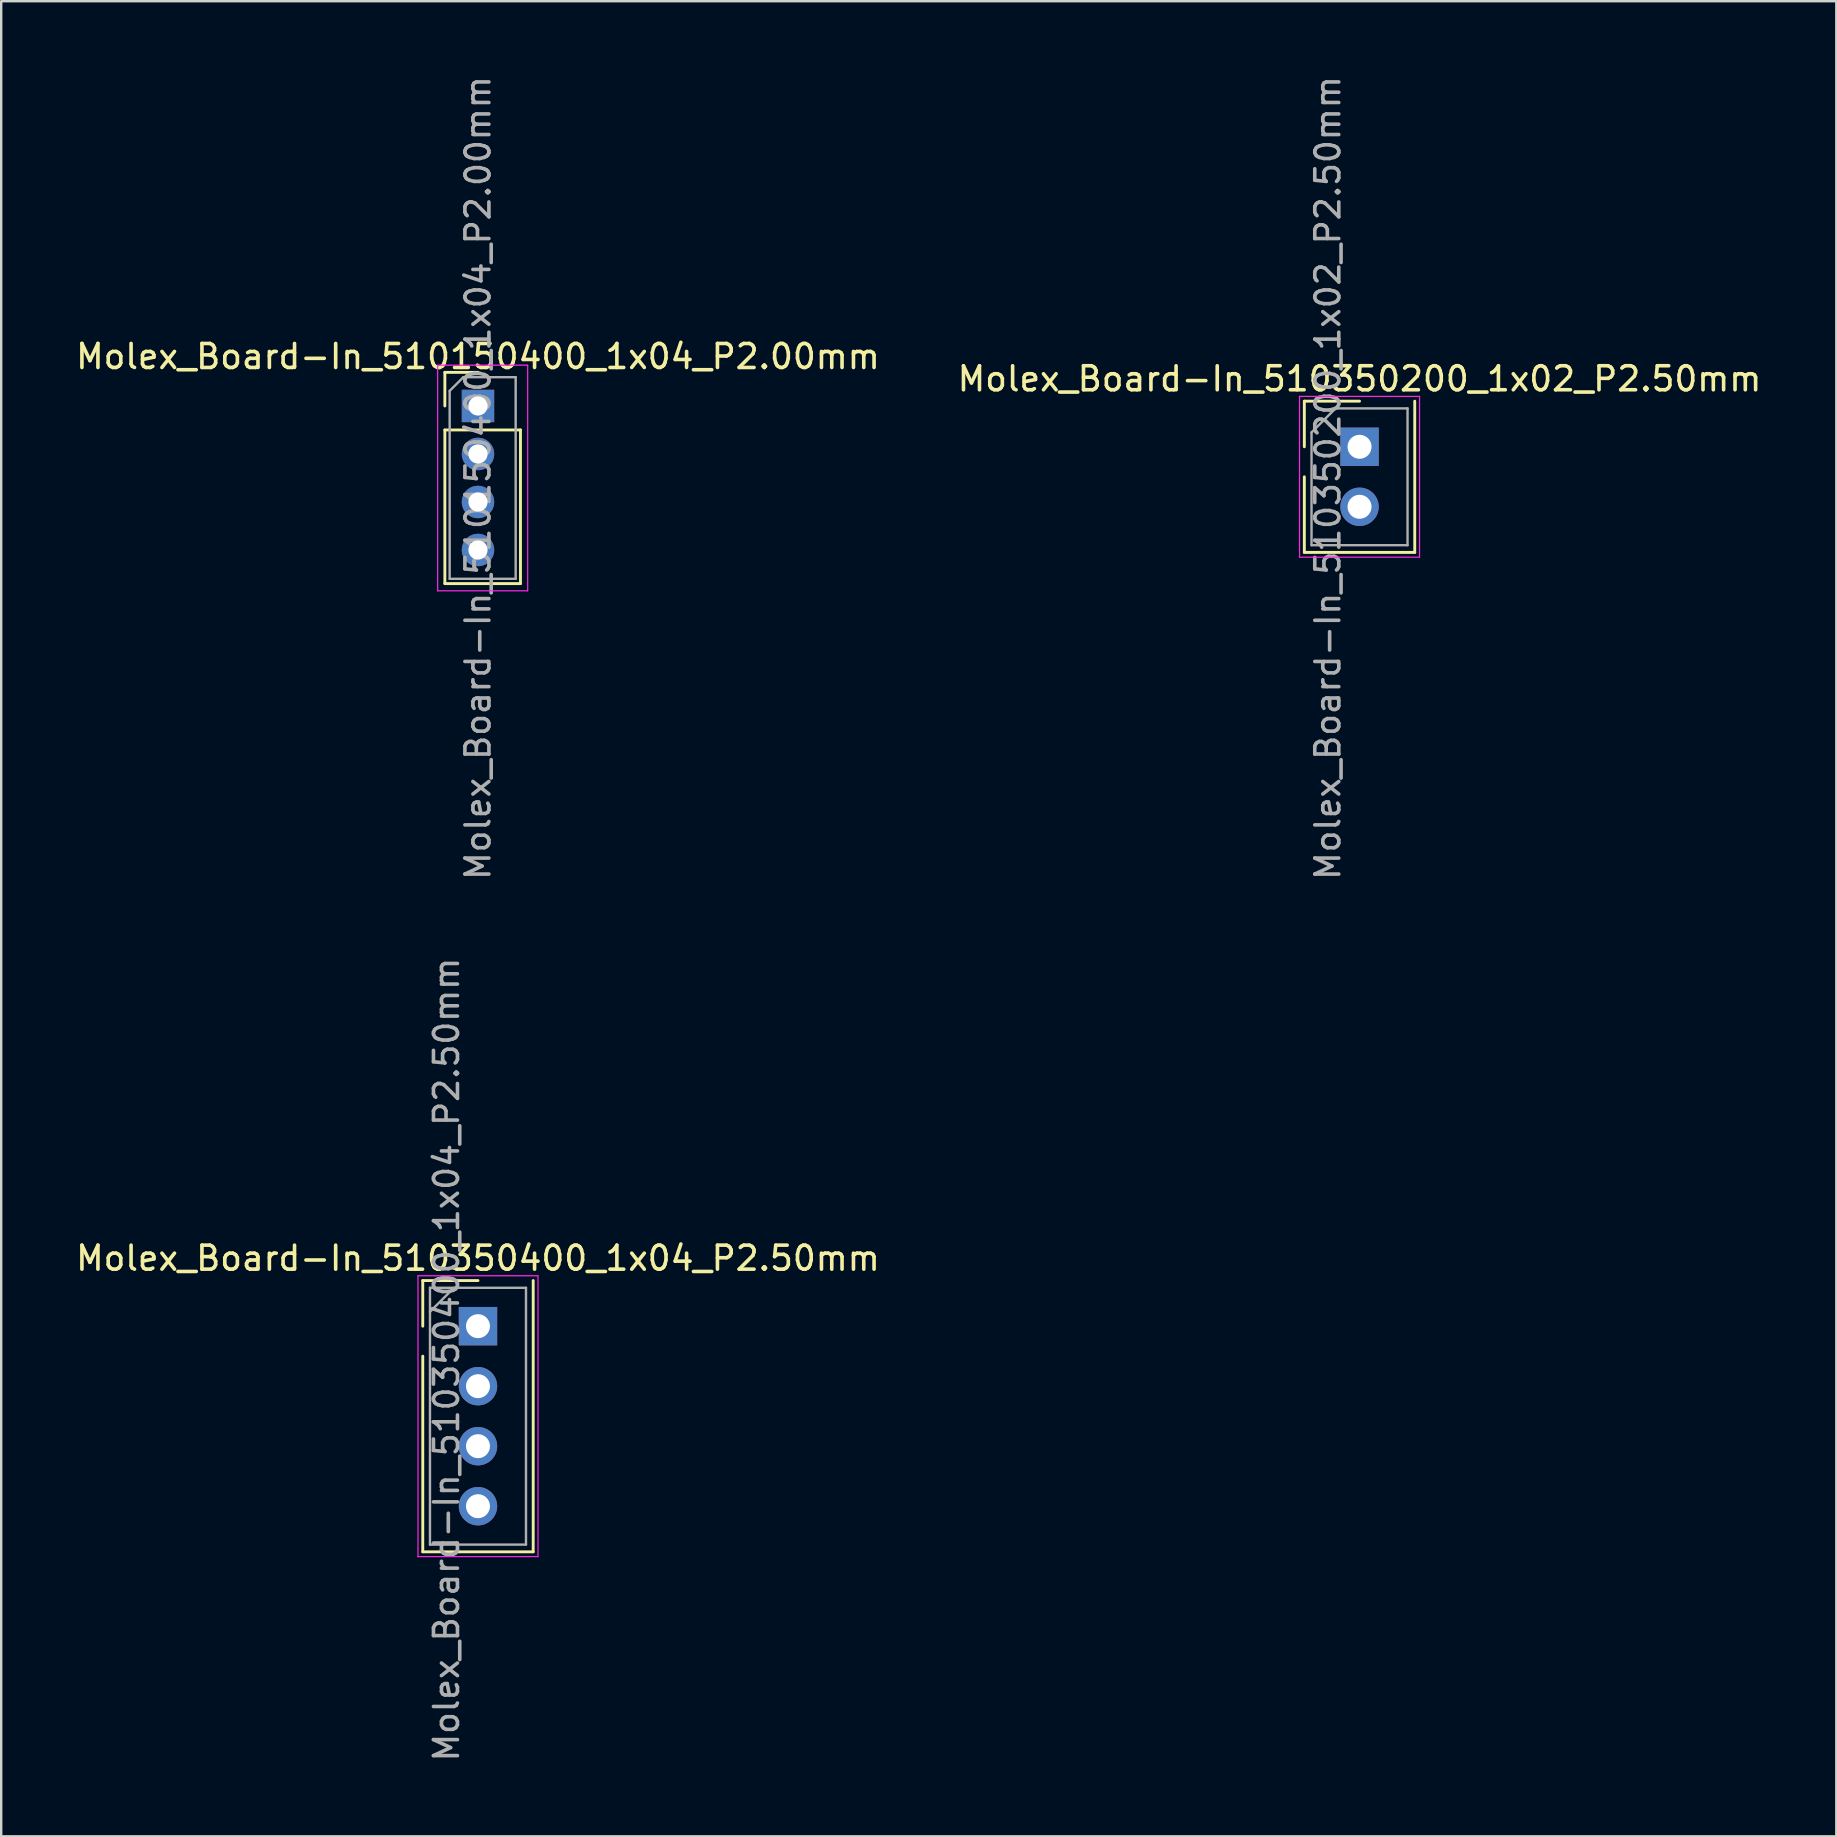
<source format=kicad_pcb>
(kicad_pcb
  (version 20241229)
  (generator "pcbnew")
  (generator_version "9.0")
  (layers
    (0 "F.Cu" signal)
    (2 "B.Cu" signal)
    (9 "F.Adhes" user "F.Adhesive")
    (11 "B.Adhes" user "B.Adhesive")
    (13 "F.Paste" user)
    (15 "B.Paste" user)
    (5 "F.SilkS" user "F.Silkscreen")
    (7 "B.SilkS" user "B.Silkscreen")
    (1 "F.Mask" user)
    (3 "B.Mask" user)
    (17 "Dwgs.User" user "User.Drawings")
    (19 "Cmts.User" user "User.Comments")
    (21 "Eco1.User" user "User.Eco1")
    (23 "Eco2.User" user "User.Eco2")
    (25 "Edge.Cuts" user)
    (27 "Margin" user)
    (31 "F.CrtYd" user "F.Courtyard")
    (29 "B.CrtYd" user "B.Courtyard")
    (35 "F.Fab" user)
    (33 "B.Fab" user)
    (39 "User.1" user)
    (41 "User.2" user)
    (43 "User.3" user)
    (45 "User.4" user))
  (footprint "Molex_Board-In_510350200_1x02_P2.50mm"
    (layer "F.Cu")
    (at 53.589 15.563)
    (property "Reference" "Molex_Board-In_510350200_1x02_P2.50mm" (at 0 -2.83 0) (layer "F.SilkS") (effects (font (size 1 1) (thickness 0.15))))
    (attr through_hole)
    (fp_line (start -2.3 -1.9) (end 0 -1.9) (stroke (width 0.12) (type solid)) (layer "F.SilkS"))
    (fp_line (start -2.3 0) (end -2.3 -1.9) (stroke (width 0.12) (type solid)) (layer "F.SilkS"))
    (fp_line (start -2.3 1.25) (end -2.3 4.4) (stroke (width 0.12) (type solid)) (layer "F.SilkS"))
    (fp_line (start -2.3 4.4) (end 2.3 4.4) (stroke (width 0.12) (type solid)) (layer "F.SilkS"))
    (fp_line (start 2.3 -1.9) (end 2.3 4.4) (stroke (width 0.12) (type solid)) (layer "F.SilkS"))
    (fp_line (start -2.5 -2.1) (end -2.5 4.6) (stroke (width 0.05) (type solid)) (layer "F.CrtYd"))
    (fp_line (start -2.5 4.6) (end 2.5 4.6) (stroke (width 0.05) (type solid)) (layer "F.CrtYd"))
    (fp_line (start 2.5 -2.1) (end -2.5 -2.1) (stroke (width 0.05) (type solid)) (layer "F.CrtYd"))
    (fp_line (start 2.5 4.6) (end 2.5 -2.1) (stroke (width 0.05) (type solid)) (layer "F.CrtYd"))
    (fp_line (start -2 -0.6) (end -1 -1.6) (stroke (width 0.1) (type solid)) (layer "F.Fab"))
    (fp_line (start -2 4.1) (end -2 -0.6) (stroke (width 0.1) (type solid)) (layer "F.Fab"))
    (fp_line (start -1 -1.6) (end 2 -1.6) (stroke (width 0.1) (type solid)) (layer "F.Fab"))
    (fp_line (start 2 -1.6) (end 2 4.1) (stroke (width 0.1) (type solid)) (layer "F.Fab"))
    (fp_line (start 2 4.1) (end -2 4.1) (stroke (width 0.1) (type solid)) (layer "F.Fab"))
    (fp_text user "${REFERENCE}" (at -1.32 1.3 90) (layer "F.Fab") (effects (font (size 1 1) (thickness 0.15))))
    (pad "1" thru_hole rect (at 0 0) (size 1.6 1.6) (drill 1) (layers "*.Cu" "*.Mask"))
    (pad "2" thru_hole oval (at 0 2.5) (size 1.6 1.6) (drill 1) (layers "*.Cu" "*.Mask")))
  (footprint "Molex_Board-In_510150400_1x04_P2.00mm"
    (layer "F.Cu")
    (at 16.863 13.863)
    (property "Reference" "Molex_Board-In_510150400_1x04_P2.00mm" (at 0 -2.06 0) (layer "F.SilkS") (effects (font (size 1 1) (thickness 0.15))))
    (attr through_hole)
    (fp_line (start -1.38 -1.4) (end 0 -1.4) (stroke (width 0.12) (type solid)) (layer "F.SilkS"))
    (fp_line (start -1.38 0) (end -1.38 -1.4) (stroke (width 0.12) (type solid)) (layer "F.SilkS"))
    (fp_line (start -1.38 1) (end -1.38 7.4) (stroke (width 0.12) (type solid)) (layer "F.SilkS"))
    (fp_line (start -1.38 1) (end 1.77 1) (stroke (width 0.12) (type solid)) (layer "F.SilkS"))
    (fp_line (start -1.38 7.4) (end 1.77 7.4) (stroke (width 0.12) (type solid)) (layer "F.SilkS"))
    (fp_line (start 1.77 1) (end 1.77 7.4) (stroke (width 0.12) (type solid)) (layer "F.SilkS"))
    (fp_line (start -1.68 -1.7) (end -1.68 7.7) (stroke (width 0.05) (type solid)) (layer "F.CrtYd"))
    (fp_line (start -1.68 7.7) (end 2.07 7.7) (stroke (width 0.05) (type solid)) (layer "F.CrtYd"))
    (fp_line (start 2.07 -1.7) (end -1.68 -1.7) (stroke (width 0.05) (type solid)) (layer "F.CrtYd"))
    (fp_line (start 2.07 7.7) (end 2.07 -1.7) (stroke (width 0.05) (type solid)) (layer "F.CrtYd"))
    (fp_line (start -1.18 -0.63) (end -0.61 -1.2) (stroke (width 0.1) (type solid)) (layer "F.Fab"))
    (fp_line (start -1.18 7.2) (end -1.18 -0.63) (stroke (width 0.1) (type solid)) (layer "F.Fab"))
    (fp_line (start -0.61 -1.2) (end 1.57 -1.2) (stroke (width 0.1) (type solid)) (layer "F.Fab"))
    (fp_line (start 1.57 -1.2) (end 1.57 7.2) (stroke (width 0.1) (type solid)) (layer "F.Fab"))
    (fp_line (start 1.57 7.2) (end -1.18 7.2) (stroke (width 0.1) (type solid)) (layer "F.Fab"))
    (fp_text user "${REFERENCE}" (at 0 3 90) (layer "F.Fab") (effects (font (size 1 1) (thickness 0.15))))
    (pad "1" thru_hole rect (at 0 0) (size 1.35 1.35) (drill 0.8) (layers "*.Cu" "*.Mask"))
    (pad "2" thru_hole oval (at 0 2) (size 1.35 1.35) (drill 0.8) (layers "*.Cu" "*.Mask"))
    (pad "3" thru_hole oval (at 0 4) (size 1.35 1.35) (drill 0.8) (layers "*.Cu" "*.Mask"))
    (pad "4" thru_hole oval (at 0 6) (size 1.35 1.35) (drill 0.8) (layers "*.Cu" "*.Mask")))
  (footprint "Molex_Board-In_510350400_1x04_P2.50mm"
    (layer "F.Cu")
    (at 16.863 52.199)
    (property "Reference" "Molex_Board-In_510350400_1x04_P2.50mm" (at 0 -2.83 0) (layer "F.SilkS") (effects (font (size 1 1) (thickness 0.15))))
    (attr through_hole)
    (fp_line (start -2.3 -1.9) (end 0 -1.9) (stroke (width 0.12) (type solid)) (layer "F.SilkS"))
    (fp_line (start -2.3 0) (end -2.3 -1.9) (stroke (width 0.12) (type solid)) (layer "F.SilkS"))
    (fp_line (start -2.3 1.25) (end -2.3 9.4) (stroke (width 0.12) (type solid)) (layer "F.SilkS"))
    (fp_line (start -2.3 9.4) (end 2.3 9.4) (stroke (width 0.12) (type solid)) (layer "F.SilkS"))
    (fp_line (start 2.3 -1.9) (end 2.3 9.4) (stroke (width 0.12) (type solid)) (layer "F.SilkS"))
    (fp_line (start -2.5 -2.1) (end -2.5 9.6) (stroke (width 0.05) (type solid)) (layer "F.CrtYd"))
    (fp_line (start -2.5 9.6) (end 2.5 9.6) (stroke (width 0.05) (type solid)) (layer "F.CrtYd"))
    (fp_line (start 2.5 -2.1) (end -2.5 -2.1) (stroke (width 0.05) (type solid)) (layer "F.CrtYd"))
    (fp_line (start 2.5 9.6) (end 2.5 -2.1) (stroke (width 0.05) (type solid)) (layer "F.CrtYd"))
    (fp_line (start -2 -1.6) (end 2 -1.6) (stroke (width 0.1) (type solid)) (layer "F.Fab"))
    (fp_line (start -2 -0.6) (end -1 -1.6) (stroke (width 0.1) (type solid)) (layer "F.Fab"))
    (fp_line (start -2 9.1) (end -2 -1.6) (stroke (width 0.1) (type solid)) (layer "F.Fab"))
    (fp_line (start 2 -1.6) (end 2 9.1) (stroke (width 0.1) (type solid)) (layer "F.Fab"))
    (fp_line (start 2 9.1) (end -2 9.1) (stroke (width 0.1) (type solid)) (layer "F.Fab"))
    (fp_text user "${REFERENCE}" (at -1.31 1.39 90) (layer "F.Fab") (effects (font (size 1 1) (thickness 0.15))))
    (pad "1" thru_hole rect (at 0 0) (size 1.6 1.6) (drill 1) (layers "*.Cu" "*.Mask"))
    (pad "2" thru_hole oval (at 0 2.5) (size 1.6 1.6) (drill 1) (layers "*.Cu" "*.Mask"))
    (pad "3" thru_hole oval (at 0 5) (size 1.6 1.6) (drill 1) (layers "*.Cu" "*.Mask"))
    (pad "4" thru_hole oval (at 0 7.5) (size 1.6 1.6) (drill 1) (layers "*.Cu" "*.Mask")))
  (gr_rect
    (start -3 -3)
    (end 73.452 73.452)
    (stroke (width 0.1) (type default))
    (fill no)
    (layer "Edge.Cuts")))
</source>
